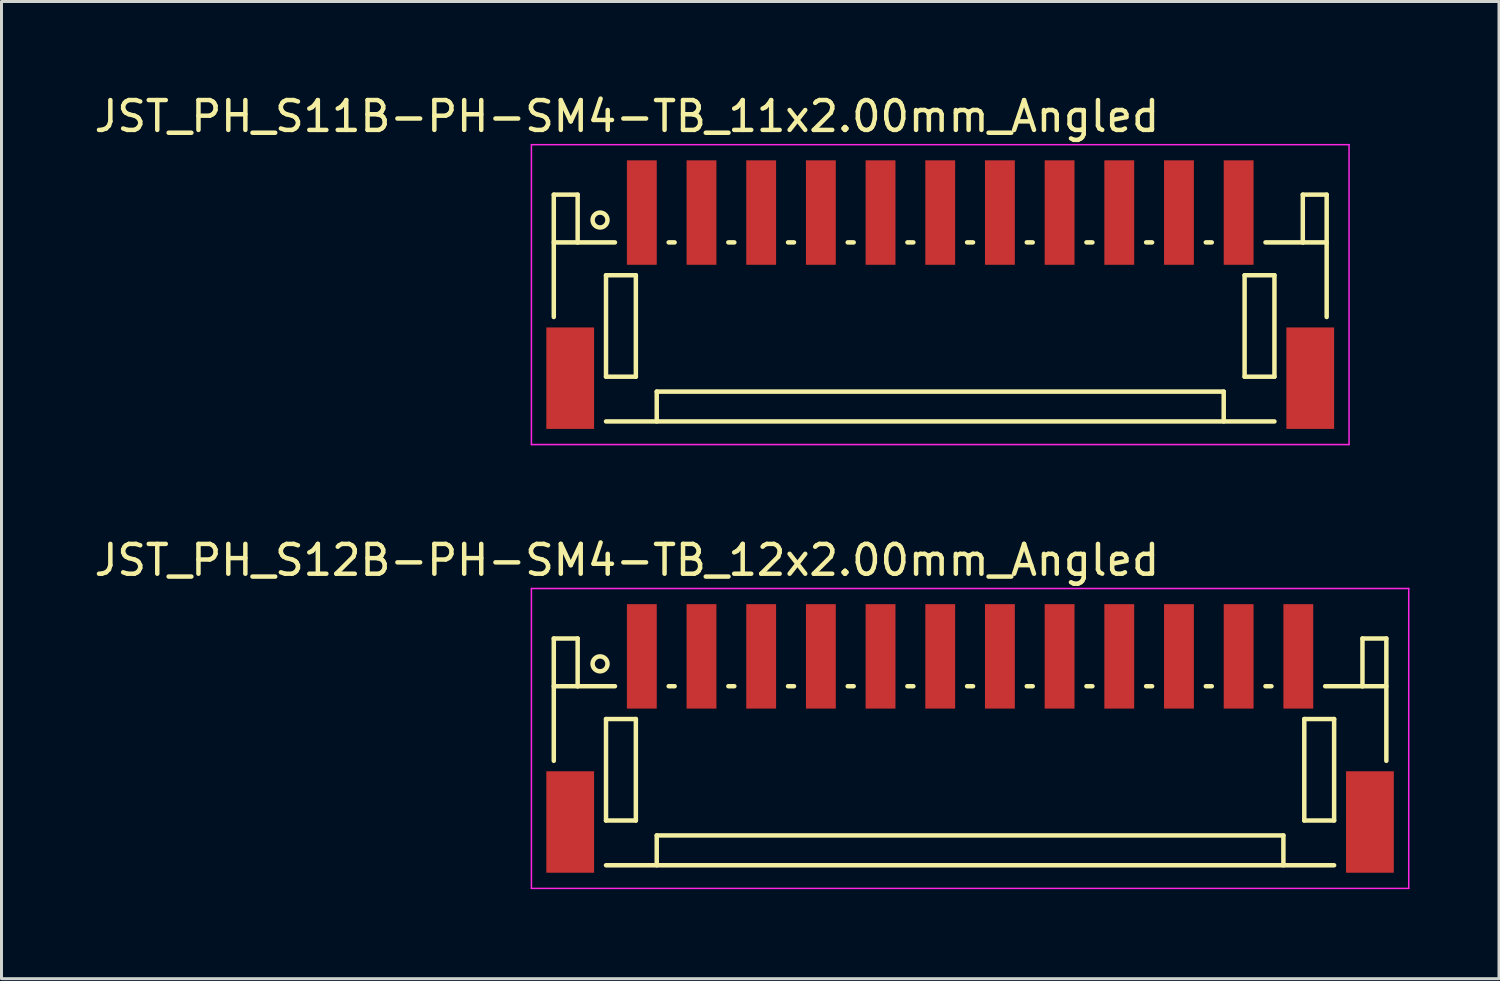
<source format=kicad_pcb>
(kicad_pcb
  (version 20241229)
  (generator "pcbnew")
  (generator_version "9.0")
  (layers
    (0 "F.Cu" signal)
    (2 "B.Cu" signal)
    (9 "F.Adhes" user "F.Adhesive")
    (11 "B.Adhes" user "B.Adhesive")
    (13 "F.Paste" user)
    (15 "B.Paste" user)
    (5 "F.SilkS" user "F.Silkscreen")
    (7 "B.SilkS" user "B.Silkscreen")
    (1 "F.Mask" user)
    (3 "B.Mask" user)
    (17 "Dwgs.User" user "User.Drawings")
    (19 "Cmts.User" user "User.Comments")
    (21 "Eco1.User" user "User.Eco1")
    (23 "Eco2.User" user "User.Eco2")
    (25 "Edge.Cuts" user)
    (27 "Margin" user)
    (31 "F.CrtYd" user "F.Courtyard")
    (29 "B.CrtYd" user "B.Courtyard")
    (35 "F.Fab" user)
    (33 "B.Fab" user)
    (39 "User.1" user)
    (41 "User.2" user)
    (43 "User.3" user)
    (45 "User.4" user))
  (footprint "JST_PH_S12B-PH-SM4-TB_12x2.00mm_Angled"
    (layer "F.Cu")
    (at 29.458 21.721)
    (property "Reference" "JST_PH_S12B-PH-SM4-TB_12x2.00mm_Angled" (at -11.5 -6 0) (layer "F.SilkS") (effects (font (size 1 1) (thickness 0.15))))
    (attr smd)
    (fp_line (start -13.95 -3.375) (end -13.95 0.725) (stroke (width 0.15) (type solid)) (layer "F.SilkS"))
    (fp_line (start -13.15 -3.375) (end -13.95 -3.375) (stroke (width 0.15) (type solid)) (layer "F.SilkS"))
    (fp_line (start -13.15 -1.775) (end -13.95 -1.775) (stroke (width 0.15) (type solid)) (layer "F.SilkS"))
    (fp_line (start -13.15 -1.775) (end -13.15 -3.375) (stroke (width 0.15) (type solid)) (layer "F.SilkS"))
    (fp_line (start -12.2 -0.675) (end -12.2 2.725) (stroke (width 0.15) (type solid)) (layer "F.SilkS"))
    (fp_line (start -12.2 2.725) (end -11.2 2.725) (stroke (width 0.15) (type solid)) (layer "F.SilkS"))
    (fp_line (start -12.2 4.225) (end 12.2 4.225) (stroke (width 0.15) (type solid)) (layer "F.SilkS"))
    (fp_line (start -11.9 -1.775) (end -13.15 -1.775) (stroke (width 0.15) (type solid)) (layer "F.SilkS"))
    (fp_line (start -11.2 -0.675) (end -12.2 -0.675) (stroke (width 0.15) (type solid)) (layer "F.SilkS"))
    (fp_line (start -11.2 2.725) (end -11.2 -0.675) (stroke (width 0.15) (type solid)) (layer "F.SilkS"))
    (fp_line (start -10.5 3.225) (end 10.5 3.225) (stroke (width 0.15) (type solid)) (layer "F.SilkS"))
    (fp_line (start -10.5 4.225) (end -10.5 3.225) (stroke (width 0.15) (type solid)) (layer "F.SilkS"))
    (fp_line (start -10.1 -1.775) (end -9.9 -1.775) (stroke (width 0.15) (type solid)) (layer "F.SilkS"))
    (fp_line (start -8.1 -1.775) (end -7.9 -1.775) (stroke (width 0.15) (type solid)) (layer "F.SilkS"))
    (fp_line (start -6.1 -1.775) (end -5.9 -1.775) (stroke (width 0.15) (type solid)) (layer "F.SilkS"))
    (fp_line (start -4.1 -1.775) (end -3.9 -1.775) (stroke (width 0.15) (type solid)) (layer "F.SilkS"))
    (fp_line (start -2.1 -1.775) (end -1.9 -1.775) (stroke (width 0.15) (type solid)) (layer "F.SilkS"))
    (fp_line (start -0.1 -1.775) (end 0.1 -1.775) (stroke (width 0.15) (type solid)) (layer "F.SilkS"))
    (fp_line (start 1.9 -1.775) (end 2.1 -1.775) (stroke (width 0.15) (type solid)) (layer "F.SilkS"))
    (fp_line (start 3.9 -1.775) (end 4.1 -1.775) (stroke (width 0.15) (type solid)) (layer "F.SilkS"))
    (fp_line (start 5.9 -1.775) (end 6.1 -1.775) (stroke (width 0.15) (type solid)) (layer "F.SilkS"))
    (fp_line (start 7.9 -1.775) (end 8.1 -1.775) (stroke (width 0.15) (type solid)) (layer "F.SilkS"))
    (fp_line (start 9.9 -1.775) (end 10.1 -1.775) (stroke (width 0.15) (type solid)) (layer "F.SilkS"))
    (fp_line (start 10.5 3.225) (end 10.5 4.225) (stroke (width 0.15) (type solid)) (layer "F.SilkS"))
    (fp_line (start 11.2 -0.675) (end 12.2 -0.675) (stroke (width 0.15) (type solid)) (layer "F.SilkS"))
    (fp_line (start 11.2 2.725) (end 11.2 -0.675) (stroke (width 0.15) (type solid)) (layer "F.SilkS"))
    (fp_line (start 11.9 -1.775) (end 13.15 -1.775) (stroke (width 0.15) (type solid)) (layer "F.SilkS"))
    (fp_line (start 12.2 -0.675) (end 12.2 2.725) (stroke (width 0.15) (type solid)) (layer "F.SilkS"))
    (fp_line (start 12.2 2.725) (end 11.2 2.725) (stroke (width 0.15) (type solid)) (layer "F.SilkS"))
    (fp_line (start 13.15 -3.375) (end 13.95 -3.375) (stroke (width 0.15) (type solid)) (layer "F.SilkS"))
    (fp_line (start 13.15 -1.775) (end 13.15 -3.375) (stroke (width 0.15) (type solid)) (layer "F.SilkS"))
    (fp_line (start 13.15 -1.775) (end 13.95 -1.775) (stroke (width 0.15) (type solid)) (layer "F.SilkS"))
    (fp_line (start 13.95 -3.375) (end 13.95 0.725) (stroke (width 0.15) (type solid)) (layer "F.SilkS"))
    (fp_circle (center -12.4 -2.525) (end -12.15 -2.525) (stroke (width 0.15) (type solid)) (fill no) (layer "F.SilkS"))
    (fp_line (start -14.7 -5.05) (end 14.7 -5.05) (stroke (width 0.05) (type solid)) (layer "F.CrtYd"))
    (fp_line (start -14.7 5) (end -14.7 -5.05) (stroke (width 0.05) (type solid)) (layer "F.CrtYd"))
    (fp_line (start 14.7 -5.05) (end 14.7 5) (stroke (width 0.05) (type solid)) (layer "F.CrtYd"))
    (fp_line (start 14.7 5) (end -14.7 5) (stroke (width 0.05) (type solid)) (layer "F.CrtYd"))
    (pad "" smd rect (at -13.4 2.775) (size 1.6 3.4) (layers "F.Cu" "F.Mask" "F.Paste"))
    (pad "" smd rect (at 13.4 2.775) (size 1.6 3.4) (layers "F.Cu" "F.Mask" "F.Paste"))
    (pad "1" smd rect (at -11 -2.775) (size 1 3.5) (layers "F.Cu" "F.Mask" "F.Paste"))
    (pad "2" smd rect (at -9 -2.775) (size 1 3.5) (layers "F.Cu" "F.Mask" "F.Paste"))
    (pad "3" smd rect (at -7 -2.775) (size 1 3.5) (layers "F.Cu" "F.Mask" "F.Paste"))
    (pad "4" smd rect (at -5 -2.775) (size 1 3.5) (layers "F.Cu" "F.Mask" "F.Paste"))
    (pad "5" smd rect (at -3 -2.775) (size 1 3.5) (layers "F.Cu" "F.Mask" "F.Paste"))
    (pad "6" smd rect (at -1 -2.775) (size 1 3.5) (layers "F.Cu" "F.Mask" "F.Paste"))
    (pad "7" smd rect (at 1 -2.775) (size 1 3.5) (layers "F.Cu" "F.Mask" "F.Paste"))
    (pad "8" smd rect (at 3 -2.775) (size 1 3.5) (layers "F.Cu" "F.Mask" "F.Paste"))
    (pad "9" smd rect (at 5 -2.775) (size 1 3.5) (layers "F.Cu" "F.Mask" "F.Paste"))
    (pad "10" smd rect (at 7 -2.775) (size 1 3.5) (layers "F.Cu" "F.Mask" "F.Paste"))
    (pad "11" smd rect (at 9 -2.775) (size 1 3.5) (layers "F.Cu" "F.Mask" "F.Paste"))
    (pad "12" smd rect (at 11 -2.775) (size 1 3.5) (layers "F.Cu" "F.Mask" "F.Paste")))
  (footprint "JST_PH_S11B-PH-SM4-TB_11x2.00mm_Angled"
    (layer "F.Cu")
    (at 28.458 6.848)
    (property "Reference" "JST_PH_S11B-PH-SM4-TB_11x2.00mm_Angled" (at -10.5 -6 0) (layer "F.SilkS") (effects (font (size 1 1) (thickness 0.15))))
    (attr smd)
    (fp_line (start -12.95 -3.375) (end -12.95 0.725) (stroke (width 0.15) (type solid)) (layer "F.SilkS"))
    (fp_line (start -12.15 -3.375) (end -12.95 -3.375) (stroke (width 0.15) (type solid)) (layer "F.SilkS"))
    (fp_line (start -12.15 -1.775) (end -12.95 -1.775) (stroke (width 0.15) (type solid)) (layer "F.SilkS"))
    (fp_line (start -12.15 -1.775) (end -12.15 -3.375) (stroke (width 0.15) (type solid)) (layer "F.SilkS"))
    (fp_line (start -11.2 -0.675) (end -11.2 2.725) (stroke (width 0.15) (type solid)) (layer "F.SilkS"))
    (fp_line (start -11.2 2.725) (end -10.2 2.725) (stroke (width 0.15) (type solid)) (layer "F.SilkS"))
    (fp_line (start -11.2 4.225) (end 11.2 4.225) (stroke (width 0.15) (type solid)) (layer "F.SilkS"))
    (fp_line (start -10.9 -1.775) (end -12.15 -1.775) (stroke (width 0.15) (type solid)) (layer "F.SilkS"))
    (fp_line (start -10.2 -0.675) (end -11.2 -0.675) (stroke (width 0.15) (type solid)) (layer "F.SilkS"))
    (fp_line (start -10.2 2.725) (end -10.2 -0.675) (stroke (width 0.15) (type solid)) (layer "F.SilkS"))
    (fp_line (start -9.5 3.225) (end 9.5 3.225) (stroke (width 0.15) (type solid)) (layer "F.SilkS"))
    (fp_line (start -9.5 4.225) (end -9.5 3.225) (stroke (width 0.15) (type solid)) (layer "F.SilkS"))
    (fp_line (start -9.1 -1.775) (end -8.9 -1.775) (stroke (width 0.15) (type solid)) (layer "F.SilkS"))
    (fp_line (start -7.1 -1.775) (end -6.9 -1.775) (stroke (width 0.15) (type solid)) (layer "F.SilkS"))
    (fp_line (start -5.1 -1.775) (end -4.9 -1.775) (stroke (width 0.15) (type solid)) (layer "F.SilkS"))
    (fp_line (start -3.1 -1.775) (end -2.9 -1.775) (stroke (width 0.15) (type solid)) (layer "F.SilkS"))
    (fp_line (start -1.1 -1.775) (end -0.9 -1.775) (stroke (width 0.15) (type solid)) (layer "F.SilkS"))
    (fp_line (start 0.9 -1.775) (end 1.1 -1.775) (stroke (width 0.15) (type solid)) (layer "F.SilkS"))
    (fp_line (start 2.9 -1.775) (end 3.1 -1.775) (stroke (width 0.15) (type solid)) (layer "F.SilkS"))
    (fp_line (start 4.9 -1.775) (end 5.1 -1.775) (stroke (width 0.15) (type solid)) (layer "F.SilkS"))
    (fp_line (start 6.9 -1.775) (end 7.1 -1.775) (stroke (width 0.15) (type solid)) (layer "F.SilkS"))
    (fp_line (start 8.9 -1.775) (end 9.1 -1.775) (stroke (width 0.15) (type solid)) (layer "F.SilkS"))
    (fp_line (start 9.5 3.225) (end 9.5 4.225) (stroke (width 0.15) (type solid)) (layer "F.SilkS"))
    (fp_line (start 10.2 -0.675) (end 11.2 -0.675) (stroke (width 0.15) (type solid)) (layer "F.SilkS"))
    (fp_line (start 10.2 2.725) (end 10.2 -0.675) (stroke (width 0.15) (type solid)) (layer "F.SilkS"))
    (fp_line (start 10.9 -1.775) (end 12.15 -1.775) (stroke (width 0.15) (type solid)) (layer "F.SilkS"))
    (fp_line (start 11.2 -0.675) (end 11.2 2.725) (stroke (width 0.15) (type solid)) (layer "F.SilkS"))
    (fp_line (start 11.2 2.725) (end 10.2 2.725) (stroke (width 0.15) (type solid)) (layer "F.SilkS"))
    (fp_line (start 12.15 -3.375) (end 12.95 -3.375) (stroke (width 0.15) (type solid)) (layer "F.SilkS"))
    (fp_line (start 12.15 -1.775) (end 12.15 -3.375) (stroke (width 0.15) (type solid)) (layer "F.SilkS"))
    (fp_line (start 12.15 -1.775) (end 12.95 -1.775) (stroke (width 0.15) (type solid)) (layer "F.SilkS"))
    (fp_line (start 12.95 -3.375) (end 12.95 0.725) (stroke (width 0.15) (type solid)) (layer "F.SilkS"))
    (fp_circle (center -11.4 -2.525) (end -11.15 -2.525) (stroke (width 0.15) (type solid)) (fill no) (layer "F.SilkS"))
    (fp_line (start -13.7 -5.05) (end 13.7 -5.05) (stroke (width 0.05) (type solid)) (layer "F.CrtYd"))
    (fp_line (start -13.7 5) (end -13.7 -5.05) (stroke (width 0.05) (type solid)) (layer "F.CrtYd"))
    (fp_line (start 13.7 -5.05) (end 13.7 5) (stroke (width 0.05) (type solid)) (layer "F.CrtYd"))
    (fp_line (start 13.7 5) (end -13.7 5) (stroke (width 0.05) (type solid)) (layer "F.CrtYd"))
    (pad "" smd rect (at -12.4 2.775) (size 1.6 3.4) (layers "F.Cu" "F.Mask" "F.Paste"))
    (pad "" smd rect (at 12.4 2.775) (size 1.6 3.4) (layers "F.Cu" "F.Mask" "F.Paste"))
    (pad "1" smd rect (at -10 -2.775) (size 1 3.5) (layers "F.Cu" "F.Mask" "F.Paste"))
    (pad "2" smd rect (at -8 -2.775) (size 1 3.5) (layers "F.Cu" "F.Mask" "F.Paste"))
    (pad "3" smd rect (at -6 -2.775) (size 1 3.5) (layers "F.Cu" "F.Mask" "F.Paste"))
    (pad "4" smd rect (at -4 -2.775) (size 1 3.5) (layers "F.Cu" "F.Mask" "F.Paste"))
    (pad "5" smd rect (at -2 -2.775) (size 1 3.5) (layers "F.Cu" "F.Mask" "F.Paste"))
    (pad "6" smd rect (at 0 -2.775) (size 1 3.5) (layers "F.Cu" "F.Mask" "F.Paste"))
    (pad "7" smd rect (at 2 -2.775) (size 1 3.5) (layers "F.Cu" "F.Mask" "F.Paste"))
    (pad "8" smd rect (at 4 -2.775) (size 1 3.5) (layers "F.Cu" "F.Mask" "F.Paste"))
    (pad "9" smd rect (at 6 -2.775) (size 1 3.5) (layers "F.Cu" "F.Mask" "F.Paste"))
    (pad "10" smd rect (at 8 -2.775) (size 1 3.5) (layers "F.Cu" "F.Mask" "F.Paste"))
    (pad "11" smd rect (at 10 -2.775) (size 1 3.5) (layers "F.Cu" "F.Mask" "F.Paste")))
  (gr_rect
    (start -3 -3)
    (end 47.183 29.747)
    (stroke (width 0.1) (type default))
    (fill no)
    (layer "Edge.Cuts")))
</source>
